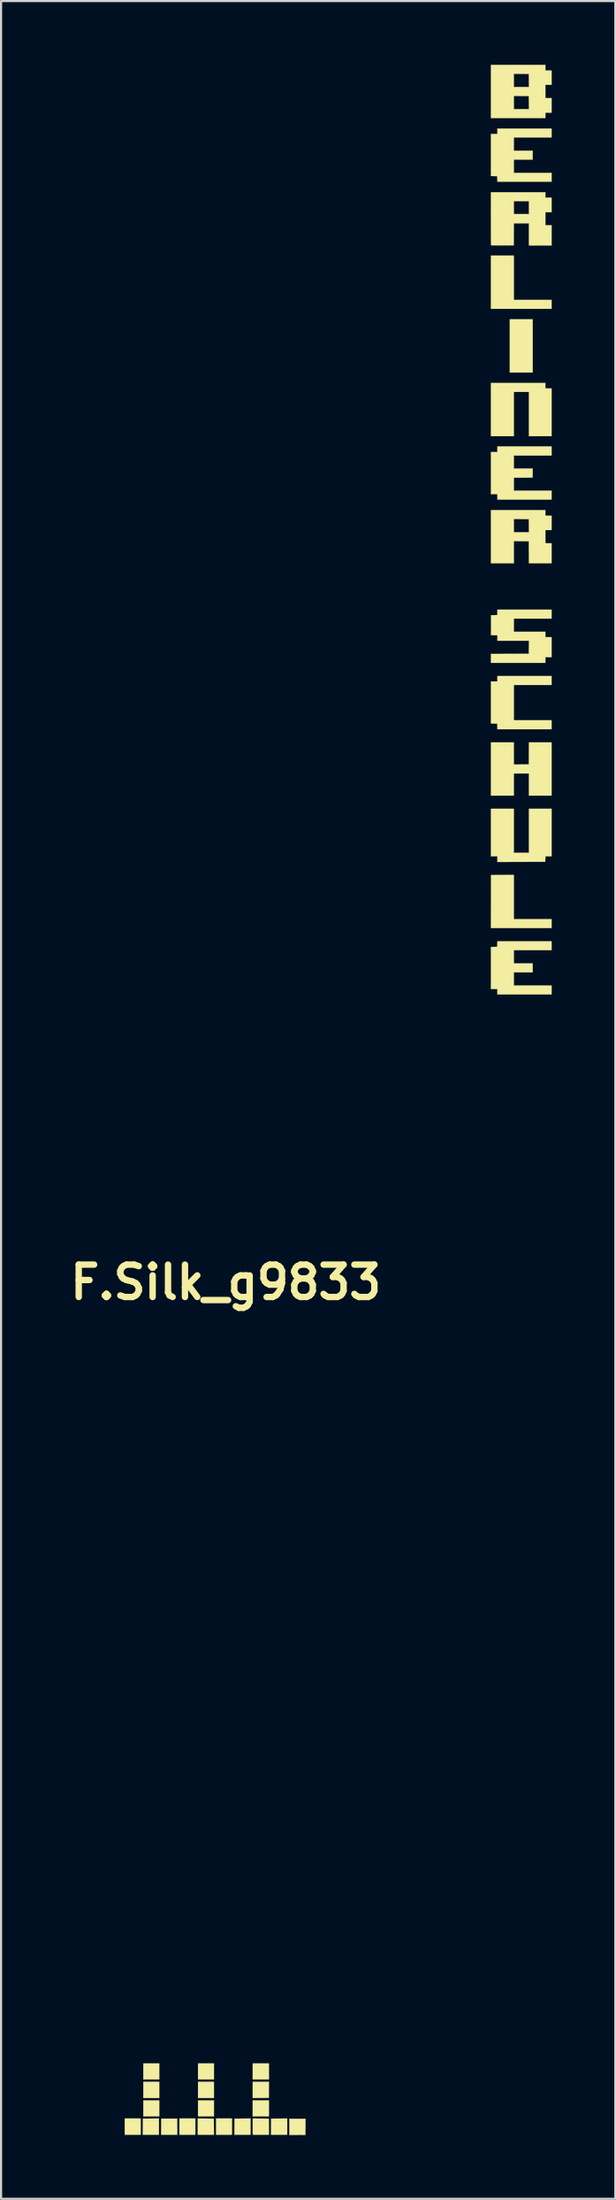
<source format=kicad_pcb>
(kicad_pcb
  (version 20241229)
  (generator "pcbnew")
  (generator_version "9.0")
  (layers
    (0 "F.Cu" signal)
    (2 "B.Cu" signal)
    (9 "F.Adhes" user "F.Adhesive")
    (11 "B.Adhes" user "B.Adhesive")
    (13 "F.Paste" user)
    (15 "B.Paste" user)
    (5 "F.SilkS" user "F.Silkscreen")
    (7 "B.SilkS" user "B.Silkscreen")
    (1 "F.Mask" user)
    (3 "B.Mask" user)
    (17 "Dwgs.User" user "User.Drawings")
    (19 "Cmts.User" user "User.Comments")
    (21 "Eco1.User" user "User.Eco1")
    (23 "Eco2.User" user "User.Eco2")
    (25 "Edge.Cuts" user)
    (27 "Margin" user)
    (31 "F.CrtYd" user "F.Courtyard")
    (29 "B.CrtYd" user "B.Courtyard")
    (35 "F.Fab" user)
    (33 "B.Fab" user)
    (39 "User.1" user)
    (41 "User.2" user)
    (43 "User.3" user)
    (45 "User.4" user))
  (footprint "F.Silk_g9833"
    (layer "F.Cu")
    (at 7.591 57.307)
    (property "Reference" "F.Silk_g9833" (at 0 0 0) (layer "F.SilkS") (effects (font (size 1.524 1.524) (thickness 0.3))))
    (attr through_hole)
    (fp_poly (pts (xy -4.013 40.119) (xy -4.763 40.119) (xy -4.763 39.357) (xy -4.013 39.357) (xy -4.013 40.119)) (stroke (width 0.01) (type solid)) (fill yes) (layer "F.SilkS"))
    (fp_poly (pts (xy -3.15 40.119) (xy -3.912 40.119) (xy -3.905 39.364) (xy -3.15 39.357) (xy -3.15 40.119)) (stroke (width 0.01) (type solid)) (fill yes) (layer "F.SilkS"))
    (fp_poly (pts (xy -3.137 37.516) (xy -3.886 37.516) (xy -3.886 36.767) (xy -3.137 36.767) (xy -3.137 37.516)) (stroke (width 0.01) (type solid)) (fill yes) (layer "F.SilkS"))
    (fp_poly (pts (xy -3.137 38.392) (xy -3.886 38.392) (xy -3.886 37.63) (xy -3.137 37.63) (xy -3.137 38.392)) (stroke (width 0.01) (type solid)) (fill yes) (layer "F.SilkS"))
    (fp_poly (pts (xy -3.137 39.256) (xy -3.886 39.256) (xy -3.886 38.506) (xy -3.137 38.506) (xy -3.137 39.256)) (stroke (width 0.01) (type solid)) (fill yes) (layer "F.SilkS"))
    (fp_poly (pts (xy -1.435 40.119) (xy -2.184 40.119) (xy -2.184 39.357) (xy -1.435 39.357) (xy -1.435 40.119)) (stroke (width 0.01) (type solid)) (fill yes) (layer "F.SilkS"))
    (fp_poly (pts (xy -0.559 37.516) (xy -1.308 37.516) (xy -1.308 36.767) (xy -0.559 36.767) (xy -0.559 37.516)) (stroke (width 0.01) (type solid)) (fill yes) (layer "F.SilkS"))
    (fp_poly (pts (xy -0.559 38.392) (xy -1.308 38.392) (xy -1.308 37.63) (xy -0.559 37.63) (xy -0.559 38.392)) (stroke (width 0.01) (type solid)) (fill yes) (layer "F.SilkS"))
    (fp_poly (pts (xy -0.559 39.256) (xy -1.308 39.256) (xy -1.308 38.506) (xy -0.559 38.506) (xy -0.559 39.256)) (stroke (width 0.01) (type solid)) (fill yes) (layer "F.SilkS"))
    (fp_poly (pts (xy 0.292 40.119) (xy -0.457 40.119) (xy -0.457 39.357) (xy 0.292 39.357) (xy 0.292 40.119)) (stroke (width 0.01) (type solid)) (fill yes) (layer "F.SilkS"))
    (fp_poly (pts (xy 1.168 40.119) (xy 0.406 40.119) (xy 0.413 39.364) (xy 1.168 39.357) (xy 1.168 40.119)) (stroke (width 0.01) (type solid)) (fill yes) (layer "F.SilkS"))
    (fp_poly (pts (xy 2.032 37.516) (xy 1.27 37.516) (xy 1.27 36.767) (xy 2.032 36.767) (xy 2.032 37.516)) (stroke (width 0.01) (type solid)) (fill yes) (layer "F.SilkS"))
    (fp_poly (pts (xy 2.032 39.256) (xy 1.27 39.256) (xy 1.27 38.506) (xy 2.032 38.506) (xy 2.032 39.256)) (stroke (width 0.01) (type solid)) (fill yes) (layer "F.SilkS"))
    (fp_poly (pts (xy 2.896 40.119) (xy 2.133 40.119) (xy 2.14 39.364) (xy 2.896 39.357) (xy 2.896 40.119)) (stroke (width 0.01) (type solid)) (fill yes) (layer "F.SilkS"))
    (fp_poly (pts (xy 14.465 -42.824) (xy 13.386 -42.824) (xy 13.386 -45.326) (xy 14.465 -45.326) (xy 14.465 -42.824)) (stroke (width 0.01) (type solid)) (fill yes) (layer "F.SilkS"))
    (fp_poly (pts (xy -2.289 39.741) (xy -2.286 40.119) (xy -3.048 40.119) (xy -3.042 39.364) (xy -2.292 39.364) (xy -2.289 39.741)) (stroke (width 0.01) (type solid)) (fill yes) (layer "F.SilkS"))
    (fp_poly (pts (xy -0.565 39.364) (xy -0.562 39.741) (xy -0.558 40.119) (xy -1.321 40.119) (xy -1.321 39.357) (xy -0.565 39.364)) (stroke (width 0.01) (type solid)) (fill yes) (layer "F.SilkS"))
    (fp_poly (pts (xy 2.026 39.364) (xy 2.029 39.741) (xy 2.032 40.119) (xy 1.27 40.119) (xy 1.27 39.357) (xy 2.026 39.364)) (stroke (width 0.01) (type solid)) (fill yes) (layer "F.SilkS"))
    (fp_poly (pts (xy 2.029 38.008) (xy 2.026 38.386) (xy 1.648 38.389) (xy 1.27 38.392) (xy 1.27 37.63) (xy 2.032 37.63) (xy 2.029 38.008)) (stroke (width 0.01) (type solid)) (fill yes) (layer "F.SilkS"))
    (fp_poly (pts (xy 3.756 39.748) (xy 3.753 40.126) (xy 3.375 40.129) (xy 2.997 40.132) (xy 2.997 39.37) (xy 3.76 39.37) (xy 3.756 39.748)) (stroke (width 0.01) (type solid)) (fill yes) (layer "F.SilkS"))
    (fp_poly (pts (xy 13.576 -46.241) (xy 15.354 -46.241) (xy 15.354 -45.822) (xy 12.497 -45.822) (xy 12.497 -48.324) (xy 13.576 -48.324) (xy 13.576 -46.241)) (stroke (width 0.01) (type solid)) (fill yes) (layer "F.SilkS"))
    (fp_poly (pts (xy 13.576 -17.094) (xy 15.354 -17.094) (xy 15.354 -16.675) (xy 12.497 -16.675) (xy 12.5 -17.923) (xy 12.503 -19.171) (xy 13.576 -19.177) (xy 13.576 -17.094)) (stroke (width 0.01) (type solid)) (fill yes) (layer "F.SilkS"))
    (fp_poly (pts (xy 15.062 -42.075) (xy 15.354 -42.075) (xy 15.354 -39.827) (xy 14.287 -39.827) (xy 14.287 -41.91) (xy 13.576 -41.91) (xy 13.576 -39.827) (xy 12.497 -39.827) (xy 12.497 -42.329) (xy 15.062 -42.329) (xy 15.062 -42.075)) (stroke (width 0.01) (type solid)) (fill yes) (layer "F.SilkS"))
    (fp_poly (pts (xy 13.576 -24.371) (xy 13.929 -24.374) (xy 14.281 -24.378) (xy 14.288 -25.413) (xy 15.354 -25.413) (xy 15.354 -22.911) (xy 14.287 -22.911) (xy 14.287 -23.952) (xy 13.576 -23.952) (xy 13.576 -22.911) (xy 12.497 -22.911) (xy 12.497 -25.413) (xy 13.576 -25.413) (xy 13.576 -24.371)) (stroke (width 0.01) (type solid)) (fill yes) (layer "F.SilkS"))
    (fp_poly (pts (xy 13.576 -20.218) (xy 14.287 -20.218) (xy 14.287 -22.288) (xy 15.354 -22.288) (xy 15.354 -20.053) (xy 15.063 -20.053) (xy 15.056 -19.793) (xy 13.929 -19.79) (xy 12.802 -19.786) (xy 12.802 -20.053) (xy 12.497 -20.053) (xy 12.497 -22.288) (xy 13.576 -22.288) (xy 13.576 -20.218)) (stroke (width 0.01) (type solid)) (fill yes) (layer "F.SilkS"))
    (fp_poly (pts (xy 15.354 -28.118) (xy 13.576 -28.118) (xy 13.576 -26.454) (xy 15.354 -26.454) (xy 15.354 -26.035) (xy 12.802 -26.035) (xy 12.795 -26.295) (xy 12.646 -26.299) (xy 12.497 -26.303) (xy 12.497 -28.283) (xy 12.802 -28.283) (xy 12.802 -28.537) (xy 15.354 -28.537) (xy 15.354 -28.118)) (stroke (width 0.01) (type solid)) (fill yes) (layer "F.SilkS"))
    (fp_poly (pts (xy 15.354 -15.634) (xy 13.576 -15.634) (xy 13.576 -15.011) (xy 14.465 -15.011) (xy 14.465 -14.592) (xy 13.576 -14.592) (xy 13.576 -13.97) (xy 15.354 -13.97) (xy 15.354 -13.551) (xy 12.802 -13.551) (xy 12.802 -13.805) (xy 12.497 -13.805) (xy 12.497 -15.785) (xy 12.795 -15.792) (xy 12.802 -16.053) (xy 15.354 -16.053) (xy 15.354 -15.634)) (stroke (width 0.01) (type solid)) (fill yes) (layer "F.SilkS"))
    (fp_poly (pts (xy 15.354 -53.886) (xy 13.576 -53.886) (xy 13.576 -53.264) (xy 14.465 -53.264) (xy 14.465 -52.845) (xy 13.576 -52.845) (xy 13.576 -52.222) (xy 15.354 -52.222) (xy 15.354 -51.803) (xy 12.802 -51.803) (xy 12.795 -52.064) (xy 12.646 -52.067) (xy 12.497 -52.071) (xy 12.497 -54.051) (xy 12.802 -54.051) (xy 12.802 -54.305) (xy 15.354 -54.305) (xy 15.354 -53.886)) (stroke (width 0.01) (type solid)) (fill yes) (layer "F.SilkS"))
    (fp_poly (pts (xy 15.354 -38.913) (xy 13.576 -38.913) (xy 13.576 -38.303) (xy 14.466 -38.303) (xy 14.459 -37.878) (xy 14.018 -37.874) (xy 13.576 -37.871) (xy 13.576 -37.262) (xy 15.354 -37.262) (xy 15.354 -36.843) (xy 12.802 -36.843) (xy 12.802 -37.097) (xy 12.497 -37.097) (xy 12.497 -39.078) (xy 12.802 -39.078) (xy 12.802 -39.345) (xy 15.354 -39.345) (xy 15.354 -38.913)) (stroke (width 0.01) (type solid)) (fill yes) (layer "F.SilkS"))
    (fp_poly (pts (xy 15.062 -36.081) (xy 15.354 -36.081) (xy 15.354 -35.408) (xy 15.062 -35.408) (xy 15.062 -34.785) (xy 15.354 -34.785) (xy 15.354 -33.846) (xy 14.288 -33.846) (xy 14.281 -34.881) (xy 13.576 -34.887) (xy 13.576 -33.846) (xy 12.497 -33.846) (xy 12.497 -35.306) (xy 13.576 -35.306) (xy 14.288 -35.306) (xy 14.285 -35.614) (xy 14.281 -35.922) (xy 13.576 -35.929) (xy 13.576 -35.306) (xy 12.497 -35.306) (xy 12.497 -36.347) (xy 15.062 -36.347) (xy 15.062 -36.081)) (stroke (width 0.01) (type solid)) (fill yes) (layer "F.SilkS"))
    (fp_poly (pts (xy 15.354 -31.242) (xy 13.576 -31.242) (xy 13.576 -30.62) (xy 15.062 -30.62) (xy 15.062 -30.366) (xy 15.354 -30.366) (xy 15.354 -29.426) (xy 15.062 -29.426) (xy 15.062 -29.159) (xy 12.497 -29.159) (xy 12.497 -29.578) (xy 13.389 -29.581) (xy 14.281 -29.585) (xy 14.285 -29.893) (xy 14.288 -30.201) (xy 12.802 -30.201) (xy 12.802 -30.454) (xy 12.503 -30.461) (xy 12.503 -31.401) (xy 12.652 -31.404) (xy 12.802 -31.408) (xy 12.802 -31.661) (xy 15.354 -31.661) (xy 15.354 -31.242)) (stroke (width 0.01) (type solid)) (fill yes) (layer "F.SilkS"))
    (fp_poly (pts (xy 15.062 -57.036) (xy 15.354 -57.036) (xy 15.354 -56.363) (xy 15.062 -56.363) (xy 15.062 -55.74) (xy 15.354 -55.74) (xy 15.354 -55.054) (xy 15.062 -55.054) (xy 15.062 -54.8) (xy 12.497 -54.8) (xy 12.497 -55.22) (xy 13.576 -55.22) (xy 14.288 -55.22) (xy 14.285 -55.528) (xy 14.281 -55.836) (xy 13.576 -55.842) (xy 13.576 -55.22) (xy 12.497 -55.22) (xy 12.497 -56.261) (xy 13.576 -56.261) (xy 14.288 -56.261) (xy 14.285 -56.569) (xy 14.281 -56.877) (xy 13.576 -56.884) (xy 13.576 -56.261) (xy 12.497 -56.261) (xy 12.497 -57.302) (xy 15.062 -57.302) (xy 15.062 -57.036)) (stroke (width 0.01) (type solid)) (fill yes) (layer "F.SilkS"))
    (fp_poly (pts (xy 15.062 -51.054) (xy 15.354 -51.054) (xy 15.354 -50.368) (xy 15.062 -50.368) (xy 15.062 -49.759) (xy 15.354 -49.759) (xy 15.354 -48.806) (xy 14.287 -48.806) (xy 14.287 -49.847) (xy 13.577 -49.847) (xy 13.57 -48.812) (xy 13.042 -48.809) (xy 12.929 -48.809) (xy 12.823 -48.809) (xy 12.728 -48.809) (xy 12.647 -48.81) (xy 12.581 -48.811) (xy 12.535 -48.812) (xy 12.509 -48.814) (xy 12.505 -48.814) (xy 12.504 -48.828) (xy 12.503 -48.865) (xy 12.502 -48.925) (xy 12.501 -49.004) (xy 12.5 -49.102) (xy 12.499 -49.217) (xy 12.498 -49.346) (xy 12.498 -49.489) (xy 12.497 -49.643) (xy 12.497 -49.808) (xy 12.497 -49.98) (xy 12.497 -50.066) (xy 12.497 -50.889) (xy 13.576 -50.889) (xy 13.576 -50.279) (xy 14.287 -50.279) (xy 14.287 -50.889) (xy 13.576 -50.889) (xy 12.497 -50.889) (xy 12.497 -51.308) (xy 15.062 -51.308) (xy 15.062 -51.054)) (stroke (width 0.01) (type solid)) (fill yes) (layer "F.SilkS")))
  (gr_rect
    (start -3 -3)
    (end 25.95 100.445)
    (stroke (width 0.1) (type default))
    (fill no)
    (layer "Edge.Cuts")))
</source>
